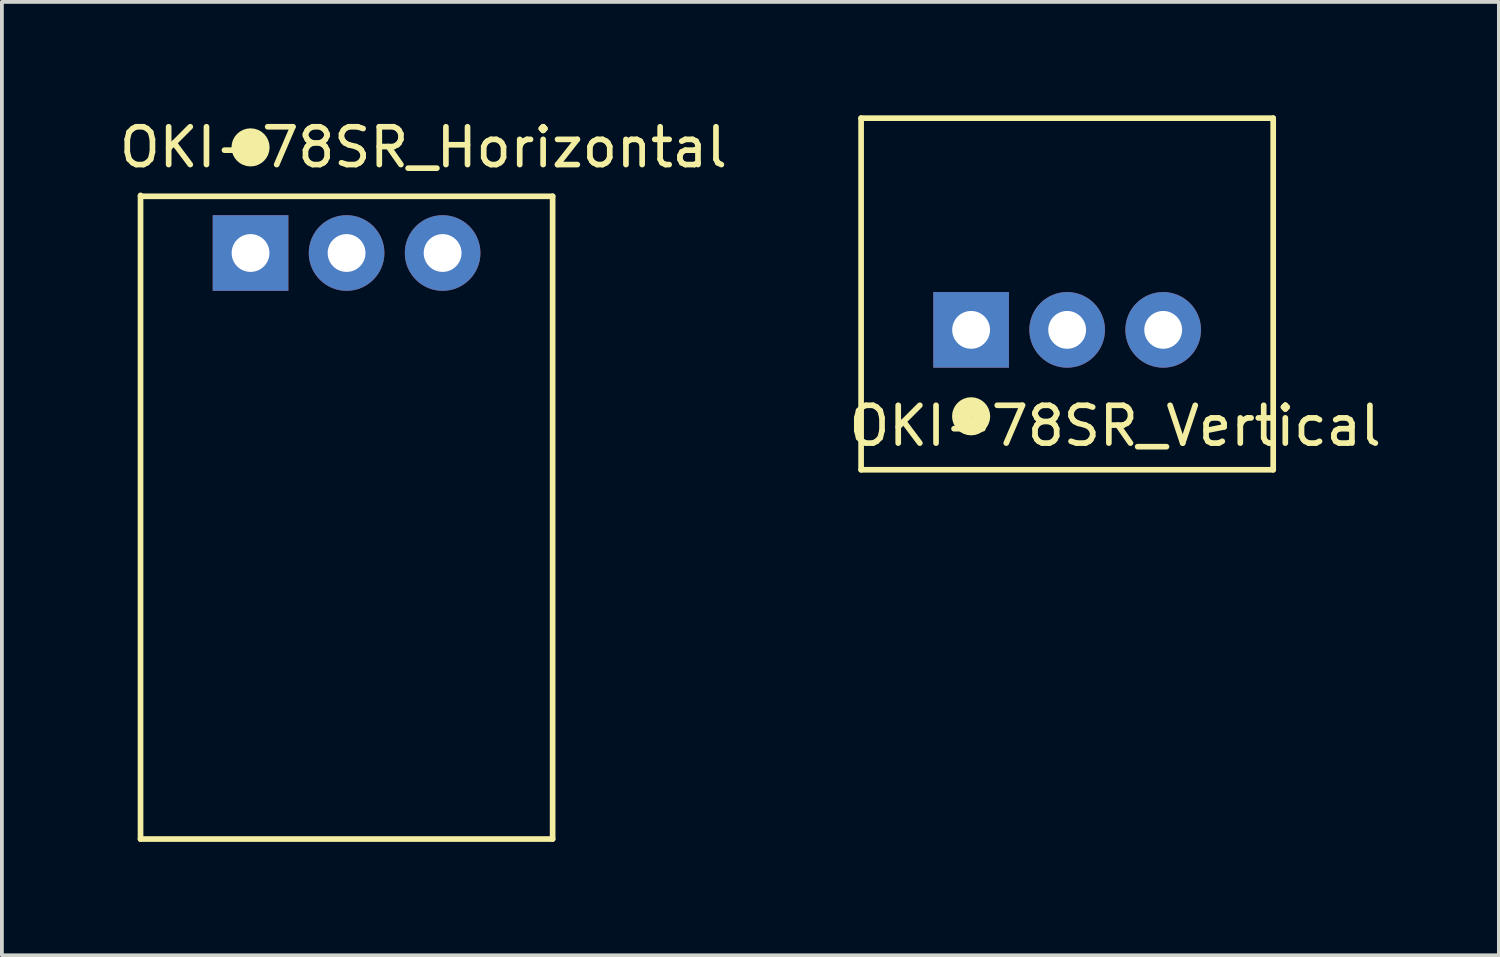
<source format=kicad_pcb>
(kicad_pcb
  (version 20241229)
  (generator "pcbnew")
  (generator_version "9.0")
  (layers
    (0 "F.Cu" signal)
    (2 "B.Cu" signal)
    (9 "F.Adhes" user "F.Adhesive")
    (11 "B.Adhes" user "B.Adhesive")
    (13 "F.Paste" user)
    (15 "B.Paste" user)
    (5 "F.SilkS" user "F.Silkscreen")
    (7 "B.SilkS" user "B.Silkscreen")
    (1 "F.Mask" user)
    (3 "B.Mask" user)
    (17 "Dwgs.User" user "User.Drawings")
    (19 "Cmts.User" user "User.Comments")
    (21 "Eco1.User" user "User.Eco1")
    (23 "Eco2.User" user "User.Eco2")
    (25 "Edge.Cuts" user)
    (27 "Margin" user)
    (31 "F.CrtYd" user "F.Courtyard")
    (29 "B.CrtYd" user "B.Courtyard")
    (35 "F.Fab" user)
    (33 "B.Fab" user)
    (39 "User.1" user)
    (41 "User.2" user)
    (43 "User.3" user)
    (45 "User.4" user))
  (footprint "OKI-78SR_Horizontal"
    (layer "F.Cu")
    (at 6.117 3.642)
    (property "Reference" "OKI-78SR_Horizontal" (at 2.032 -2.794 0) (layer "F.SilkS") (effects (font (size 1 1) (thickness 0.15))))
    (attr through_hole)
    (fp_line (start -5.45 -1.524) (end -5.45 15.5) (stroke (width 0.15) (type solid)) (layer "F.SilkS"))
    (fp_line (start -5.45 15.5) (end 5.45 15.5) (stroke (width 0.15) (type solid)) (layer "F.SilkS"))
    (fp_line (start 5.45 -1.5) (end -5.45 -1.5) (stroke (width 0.15) (type solid)) (layer "F.SilkS"))
    (fp_line (start 5.45 15.5) (end 5.45 -1.5) (stroke (width 0.15) (type solid)) (layer "F.SilkS"))
    (fp_circle (center -2.54 -2.794) (end -2.286 -2.794) (stroke (width 0.5) (type solid)) (fill no) (layer "F.SilkS"))
    (pad "1" thru_hole rect (at -2.54 0) (size 2 2) (drill 1) (layers "*.Cu" "*.Mask"))
    (pad "2" thru_hole circle (at 0 0) (size 2 2) (drill 1) (layers "*.Cu" "*.Mask"))
    (pad "3" thru_hole circle (at 2.54 0) (size 2 2) (drill 1) (layers "*.Cu" "*.Mask")))
  (footprint "OKI-78SR_Vertical"
    (layer "F.Cu")
    (at 25.176 5.675)
    (property "Reference" "OKI-78SR_Vertical" (at 1.27 2.54 0) (layer "F.SilkS") (effects (font (size 1 1) (thickness 0.15))))
    (attr through_hole)
    (fp_line (start -5.45 -5.6) (end -5.45 3.7) (stroke (width 0.15) (type solid)) (layer "F.SilkS"))
    (fp_line (start -5.45 3.7) (end 5.45 3.7) (stroke (width 0.15) (type solid)) (layer "F.SilkS"))
    (fp_line (start 5.45 -5.6) (end -5.45 -5.6) (stroke (width 0.15) (type solid)) (layer "F.SilkS"))
    (fp_line (start 5.45 -5.6) (end 5.45 3.7) (stroke (width 0.15) (type solid)) (layer "F.SilkS"))
    (fp_circle (center -2.54 2.286) (end -2.286 2.286) (stroke (width 0.5) (type solid)) (fill no) (layer "F.SilkS"))
    (pad "1" thru_hole rect (at -2.54 0) (size 2 2) (drill 1) (layers "*.Cu" "*.Mask"))
    (pad "2" thru_hole circle (at 0 0) (size 2 2) (drill 1) (layers "*.Cu" "*.Mask"))
    (pad "3" thru_hole circle (at 2.54 0) (size 2 2) (drill 1) (layers "*.Cu" "*.Mask")))
  (gr_rect
    (start -3 -3)
    (end 36.595 22.217)
    (stroke (width 0.1) (type default))
    (fill no)
    (layer "Edge.Cuts")))
</source>
